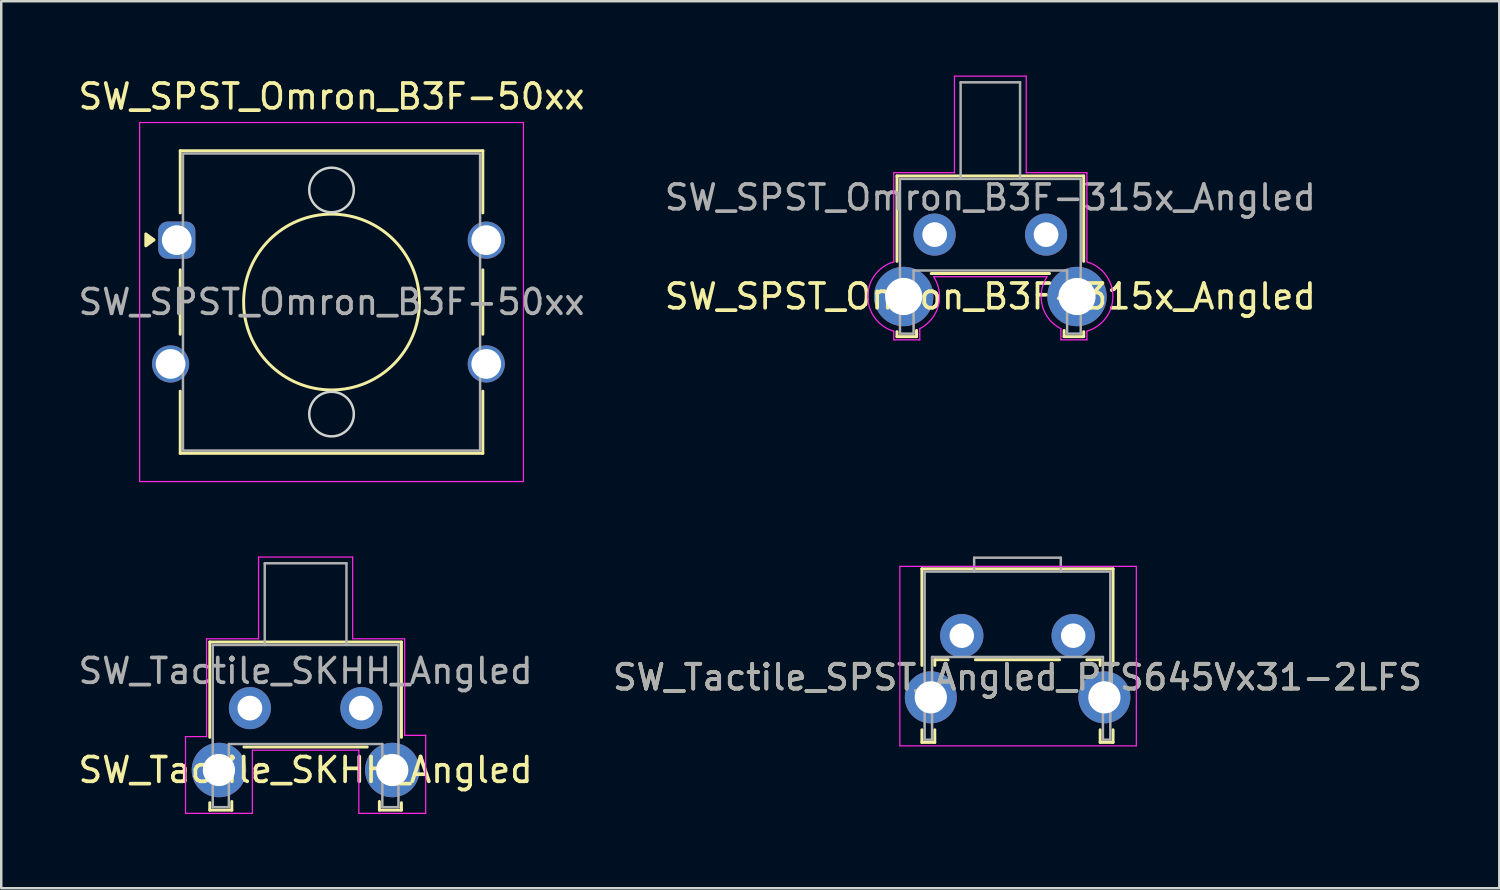
<source format=kicad_pcb>
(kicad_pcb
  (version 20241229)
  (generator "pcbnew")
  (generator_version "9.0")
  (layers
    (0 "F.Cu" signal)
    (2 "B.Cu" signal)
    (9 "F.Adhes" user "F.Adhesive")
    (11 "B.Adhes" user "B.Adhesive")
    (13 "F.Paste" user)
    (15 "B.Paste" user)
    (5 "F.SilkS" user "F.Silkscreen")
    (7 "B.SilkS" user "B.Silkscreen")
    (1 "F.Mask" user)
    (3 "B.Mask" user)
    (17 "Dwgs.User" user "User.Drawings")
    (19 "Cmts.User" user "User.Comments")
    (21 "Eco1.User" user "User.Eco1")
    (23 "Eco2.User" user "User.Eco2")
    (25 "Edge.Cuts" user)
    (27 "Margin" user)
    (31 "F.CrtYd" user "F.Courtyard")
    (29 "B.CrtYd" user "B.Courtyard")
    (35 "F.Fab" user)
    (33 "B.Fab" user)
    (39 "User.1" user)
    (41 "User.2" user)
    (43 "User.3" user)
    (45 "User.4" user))
  (footprint "SW_Tactile_SKHH_Angled"
    (layer "F.Cu")
    (at 7.042 25.548)
    (property "Reference" "SW_Tactile_SKHH_Angled" (at 2.25 2.5 0) (layer "F.SilkS") (effects (font (size 1 1) (thickness 0.15))))
    (attr through_hole)
    (fp_line (start -1.62 -2.67) (end -1.62 1.18) (stroke (width 0.12) (type solid)) (layer "F.SilkS"))
    (fp_line (start -1.62 3.82) (end -1.62 4.12) (stroke (width 0.12) (type solid)) (layer "F.SilkS"))
    (fp_line (start -0.73 4.12) (end -1.62 4.12) (stroke (width 0.12) (type solid)) (layer "F.SilkS"))
    (fp_line (start -0.73 4.12) (end -0.73 3.77) (stroke (width 0.12) (type solid)) (layer "F.SilkS"))
    (fp_line (start -0.24 1.57) (end 4.74 1.57) (stroke (width 0.12) (type solid)) (layer "F.SilkS"))
    (fp_line (start 5.23 4.12) (end 5.23 3.77) (stroke (width 0.12) (type solid)) (layer "F.SilkS"))
    (fp_line (start 6.12 -2.67) (end -1.62 -2.67) (stroke (width 0.12) (type solid)) (layer "F.SilkS"))
    (fp_line (start 6.12 1.18) (end 6.12 -2.67) (stroke (width 0.12) (type solid)) (layer "F.SilkS"))
    (fp_line (start 6.12 3.82) (end 6.12 4.12) (stroke (width 0.12) (type solid)) (layer "F.SilkS"))
    (fp_line (start 6.12 4.12) (end 5.23 4.12) (stroke (width 0.12) (type solid)) (layer "F.SilkS"))
    (fp_line (start -2.6 1.15) (end -1.75 1.15) (stroke (width 0.05) (type solid)) (layer "F.CrtYd"))
    (fp_line (start -2.6 4.25) (end -2.6 1.15) (stroke (width 0.05) (type solid)) (layer "F.CrtYd"))
    (fp_line (start -1.75 1.15) (end -1.75 -2.8) (stroke (width 0.05) (type solid)) (layer "F.CrtYd"))
    (fp_line (start 0.1 1.7) (end 4.4 1.7) (stroke (width 0.05) (type solid)) (layer "F.CrtYd"))
    (fp_line (start 0.1 4.25) (end -2.6 4.25) (stroke (width 0.05) (type solid)) (layer "F.CrtYd"))
    (fp_line (start 0.1 4.25) (end 0.1 1.7) (stroke (width 0.05) (type solid)) (layer "F.CrtYd"))
    (fp_line (start 0.35 -6.1) (end 0.35 -2.8) (stroke (width 0.05) (type solid)) (layer "F.CrtYd"))
    (fp_line (start 0.35 -2.8) (end -1.75 -2.8) (stroke (width 0.05) (type solid)) (layer "F.CrtYd"))
    (fp_line (start 4.15 -6.1) (end 0.35 -6.1) (stroke (width 0.05) (type solid)) (layer "F.CrtYd"))
    (fp_line (start 4.15 -2.8) (end 4.15 -6.1) (stroke (width 0.05) (type solid)) (layer "F.CrtYd"))
    (fp_line (start 4.4 1.7) (end 4.4 4.25) (stroke (width 0.05) (type solid)) (layer "F.CrtYd"))
    (fp_line (start 4.4 4.25) (end 7.1 4.25) (stroke (width 0.05) (type solid)) (layer "F.CrtYd"))
    (fp_line (start 6.25 -2.8) (end 4.15 -2.8) (stroke (width 0.05) (type solid)) (layer "F.CrtYd"))
    (fp_line (start 6.25 1.1) (end 6.25 -2.8) (stroke (width 0.05) (type solid)) (layer "F.CrtYd"))
    (fp_line (start 7.1 1.1) (end 6.25 1.1) (stroke (width 0.05) (type solid)) (layer "F.CrtYd"))
    (fp_line (start 7.1 4.25) (end 7.1 1.1) (stroke (width 0.05) (type solid)) (layer "F.CrtYd"))
    (fp_line (start -1.5 4) (end -1.5 -2.55) (stroke (width 0.1) (type solid)) (layer "F.Fab"))
    (fp_line (start -0.85 1.45) (end -0.85 4) (stroke (width 0.1) (type solid)) (layer "F.Fab"))
    (fp_line (start -0.85 4) (end -1.5 4) (stroke (width 0.1) (type solid)) (layer "F.Fab"))
    (fp_line (start 0.6 -5.85) (end 3.9 -5.85) (stroke (width 0.1) (type solid)) (layer "F.Fab"))
    (fp_line (start 0.6 -2.55) (end 0.6 -5.85) (stroke (width 0.1) (type solid)) (layer "F.Fab"))
    (fp_line (start 3.9 -2.55) (end 3.9 -5.85) (stroke (width 0.1) (type solid)) (layer "F.Fab"))
    (fp_line (start 5.35 1.45) (end -0.85 1.45) (stroke (width 0.1) (type solid)) (layer "F.Fab"))
    (fp_line (start 5.35 1.45) (end 5.35 4) (stroke (width 0.1) (type solid)) (layer "F.Fab"))
    (fp_line (start 6 -2.55) (end -1.5 -2.55) (stroke (width 0.1) (type solid)) (layer "F.Fab"))
    (fp_line (start 6 -2.55) (end 6 4) (stroke (width 0.1) (type solid)) (layer "F.Fab"))
    (fp_line (start 6 4) (end 5.35 4) (stroke (width 0.1) (type solid)) (layer "F.Fab"))
    (fp_text user "${REFERENCE}" (at 2.25 -1.5 0) (layer "F.Fab") (effects (font (size 1 1) (thickness 0.15))))
    (pad "" thru_hole circle (at -1.25 2.5 180) (size 2.2 2.2) (drill 1.3) (layers "*.Cu" "*.Mask"))
    (pad "" thru_hole circle (at 5.75 2.5 180) (size 2.2 2.2) (drill 1.3) (layers "*.Cu" "*.Mask"))
    (pad "1" thru_hole circle (at 0 0 180) (size 1.7 1.7) (drill 1) (layers "*.Cu" "*.Mask"))
    (pad "2" thru_hole circle (at 4.5 0 180) (size 1.7 1.7) (drill 1) (layers "*.Cu" "*.Mask")))
  (footprint "SW_Tactile_SPST_Angled_PTS645Vx31-2LFS"
    (layer "F.Cu")
    (at 35.792 22.623)
    (property "Reference" "SW_Tactile_SPST_Angled_PTS645Vx31-2LFS" (at 2.25 1.68 0) (layer "F.SilkS") (effects (font (size 1 1) (thickness 0.15))))
    (attr through_hole)
    (fp_line (start -1.61 -2.7) (end -1.61 1.2) (stroke (width 0.12) (type solid)) (layer "F.SilkS"))
    (fp_line (start -1.61 -2.7) (end 6.11 -2.7) (stroke (width 0.12) (type solid)) (layer "F.SilkS"))
    (fp_line (start -1.61 3.8) (end -1.61 4.31) (stroke (width 0.12) (type solid)) (layer "F.SilkS"))
    (fp_line (start -1.61 4.31) (end -1.09 4.31) (stroke (width 0.12) (type solid)) (layer "F.SilkS"))
    (fp_line (start -1.09 0.97) (end -1.09 1.2) (stroke (width 0.12) (type solid)) (layer "F.SilkS"))
    (fp_line (start -1.09 0.97) (end -0.55 0.97) (stroke (width 0.12) (type solid)) (layer "F.SilkS"))
    (fp_line (start -1.09 3.8) (end -1.09 4.31) (stroke (width 0.12) (type solid)) (layer "F.SilkS"))
    (fp_line (start 0.55 0.97) (end 3.95 0.97) (stroke (width 0.12) (type solid)) (layer "F.SilkS"))
    (fp_line (start 5.05 0.97) (end 5.59 0.97) (stroke (width 0.12) (type solid)) (layer "F.SilkS"))
    (fp_line (start 5.59 0.97) (end 5.59 1.2) (stroke (width 0.12) (type solid)) (layer "F.SilkS"))
    (fp_line (start 5.59 3.8) (end 5.59 4.31) (stroke (width 0.12) (type solid)) (layer "F.SilkS"))
    (fp_line (start 5.59 4.31) (end 6.11 4.31) (stroke (width 0.12) (type solid)) (layer "F.SilkS"))
    (fp_line (start 6.11 -2.7) (end 6.11 1.2) (stroke (width 0.12) (type solid)) (layer "F.SilkS"))
    (fp_line (start 6.11 3.8) (end 6.11 4.31) (stroke (width 0.12) (type solid)) (layer "F.SilkS"))
    (fp_line (start -2.5 -2.8) (end 7.05 -2.8) (stroke (width 0.05) (type solid)) (layer "F.CrtYd"))
    (fp_line (start -2.5 4.45) (end -2.5 -2.8) (stroke (width 0.05) (type solid)) (layer "F.CrtYd"))
    (fp_line (start 7.05 -2.8) (end 7.05 4.45) (stroke (width 0.05) (type solid)) (layer "F.CrtYd"))
    (fp_line (start 7.05 4.45) (end -2.5 4.45) (stroke (width 0.05) (type solid)) (layer "F.CrtYd"))
    (fp_line (start -1.5 -2.59) (end 6 -2.59) (stroke (width 0.1) (type solid)) (layer "F.Fab"))
    (fp_line (start -1.5 4.2) (end -1.5 -2.59) (stroke (width 0.1) (type solid)) (layer "F.Fab"))
    (fp_line (start -1.5 4.2) (end -1.2 4.2) (stroke (width 0.1) (type solid)) (layer "F.Fab"))
    (fp_line (start -1.2 0.86) (end 5.7 0.86) (stroke (width 0.1) (type solid)) (layer "F.Fab"))
    (fp_line (start -1.2 4.2) (end -1.2 0.86) (stroke (width 0.1) (type solid)) (layer "F.Fab"))
    (fp_line (start 0.5 -3.15) (end 0.5 -2.59) (stroke (width 0.1) (type solid)) (layer "F.Fab"))
    (fp_line (start 0.5 -3.15) (end 4 -3.15) (stroke (width 0.1) (type solid)) (layer "F.Fab"))
    (fp_line (start 4 -3.15) (end 4 -2.59) (stroke (width 0.1) (type solid)) (layer "F.Fab"))
    (fp_line (start 5.7 4.2) (end 5.7 0.86) (stroke (width 0.1) (type solid)) (layer "F.Fab"))
    (fp_line (start 5.7 4.2) (end 6 4.2) (stroke (width 0.1) (type solid)) (layer "F.Fab"))
    (fp_line (start 6 4.2) (end 6 -2.59) (stroke (width 0.1) (type solid)) (layer "F.Fab"))
    (fp_text user "${REFERENCE}" (at 2.25 1.68 0) (layer "F.Fab") (effects (font (size 1 1) (thickness 0.15))))
    (pad "" thru_hole circle (at -1.25 2.49) (size 2.1 2.1) (drill 1.3) (layers "*.Cu" "*.Mask"))
    (pad "" thru_hole circle (at 5.76 2.49) (size 2.1 2.1) (drill 1.3) (layers "*.Cu" "*.Mask"))
    (pad "1" thru_hole circle (at 0 0) (size 1.75 1.75) (drill 0.99) (layers "*.Cu" "*.Mask"))
    (pad "2" thru_hole circle (at 4.5 0) (size 1.75 1.75) (drill 0.99) (layers "*.Cu" "*.Mask")))
  (footprint "SW_SPST_Omron_B3F-315x_Angled"
    (layer "F.Cu")
    (at 34.696 6.425)
    (property "Reference" "SW_SPST_Omron_B3F-315x_Angled" (at 2.25 2.5 0) (layer "F.SilkS") (effects (font (size 1 1) (thickness 0.15))))
    (attr through_hole)
    (fp_line (start -1.52 -2.37) (end -1.52 1.08) (stroke (width 0.12) (type solid)) (layer "F.SilkS"))
    (fp_line (start -1.52 3.92) (end -1.52 4.12) (stroke (width 0.12) (type solid)) (layer "F.SilkS"))
    (fp_line (start -0.73 4.12) (end -1.52 4.12) (stroke (width 0.12) (type solid)) (layer "F.SilkS"))
    (fp_line (start -0.73 4.12) (end -0.73 3.87) (stroke (width 0.12) (type solid)) (layer "F.SilkS"))
    (fp_line (start -0.14 1.57) (end 4.64 1.57) (stroke (width 0.12) (type solid)) (layer "F.SilkS"))
    (fp_line (start 5.23 4.12) (end 5.23 3.87) (stroke (width 0.12) (type solid)) (layer "F.SilkS"))
    (fp_line (start 6.02 -2.37) (end -1.52 -2.37) (stroke (width 0.12) (type solid)) (layer "F.SilkS"))
    (fp_line (start 6.02 1.08) (end 6.02 -2.37) (stroke (width 0.12) (type solid)) (layer "F.SilkS"))
    (fp_line (start 6.02 3.92) (end 6.02 4.12) (stroke (width 0.12) (type solid)) (layer "F.SilkS"))
    (fp_line (start 6.02 4.12) (end 5.23 4.12) (stroke (width 0.12) (type solid)) (layer "F.SilkS"))
    (fp_line (start -1.65 1.1) (end -1.65 -2.5) (stroke (width 0.05) (type solid)) (layer "F.CrtYd"))
    (fp_line (start -1.65 4.25) (end -1.65 3.9) (stroke (width 0.05) (type solid)) (layer "F.CrtYd"))
    (fp_line (start -0.6 4.25) (end -1.65 4.25) (stroke (width 0.05) (type solid)) (layer "F.CrtYd"))
    (fp_line (start -0.6 4.25) (end -0.6 3.8) (stroke (width 0.05) (type solid)) (layer "F.CrtYd"))
    (fp_line (start -0.04 1.7) (end 4.54 1.7) (stroke (width 0.05) (type solid)) (layer "F.CrtYd"))
    (fp_line (start 0.8 -6.4) (end 0.8 -2.5) (stroke (width 0.05) (type solid)) (layer "F.CrtYd"))
    (fp_line (start 0.8 -2.5) (end -1.65 -2.5) (stroke (width 0.05) (type solid)) (layer "F.CrtYd"))
    (fp_line (start 3.7 -6.4) (end 0.8 -6.4) (stroke (width 0.05) (type solid)) (layer "F.CrtYd"))
    (fp_line (start 3.7 -2.5) (end 3.7 -6.4) (stroke (width 0.05) (type solid)) (layer "F.CrtYd"))
    (fp_line (start 5.1 4.25) (end 5.1 3.8) (stroke (width 0.05) (type solid)) (layer "F.CrtYd"))
    (fp_line (start 5.1 4.25) (end 6.15 4.25) (stroke (width 0.05) (type solid)) (layer "F.CrtYd"))
    (fp_line (start 6.15 -2.5) (end 3.7 -2.5) (stroke (width 0.05) (type solid)) (layer "F.CrtYd"))
    (fp_line (start 6.15 1.1) (end 6.15 -2.5) (stroke (width 0.05) (type solid)) (layer "F.CrtYd"))
    (fp_line (start 6.15 4.25) (end 6.15 3.9) (stroke (width 0.05) (type solid)) (layer "F.CrtYd"))
    (fp_arc (start -1.65 3.9) (mid -2.7 2.5) (end -1.65 1.1) (stroke (width 0.05) (type solid)) (layer "F.CrtYd"))
    (fp_arc (start -0.04 1.7) (mid 0.15 2.87) (end -0.6 3.8) (stroke (width 0.05) (type solid)) (layer "F.CrtYd"))
    (fp_arc (start 5.1 3.8) (mid 4.35 2.88) (end 4.54 1.7) (stroke (width 0.05) (type solid)) (layer "F.CrtYd"))
    (fp_arc (start 6.15 1.1) (mid 7.2 2.5) (end 6.15 3.9) (stroke (width 0.05) (type solid)) (layer "F.CrtYd"))
    (fp_line (start -1.4 4) (end -1.4 -2.25) (stroke (width 0.1) (type solid)) (layer "F.Fab"))
    (fp_line (start -0.85 1.45) (end -0.85 4) (stroke (width 0.1) (type solid)) (layer "F.Fab"))
    (fp_line (start -0.85 4) (end -1.4 4) (stroke (width 0.1) (type solid)) (layer "F.Fab"))
    (fp_line (start 1.05 -6.15) (end 3.45 -6.15) (stroke (width 0.1) (type solid)) (layer "F.Fab"))
    (fp_line (start 1.05 -2.25) (end 1.05 -6.15) (stroke (width 0.1) (type solid)) (layer "F.Fab"))
    (fp_line (start 3.45 -2.25) (end 3.45 -6.15) (stroke (width 0.1) (type solid)) (layer "F.Fab"))
    (fp_line (start 5.35 1.45) (end -0.85 1.45) (stroke (width 0.1) (type solid)) (layer "F.Fab"))
    (fp_line (start 5.35 1.45) (end 5.35 4) (stroke (width 0.1) (type solid)) (layer "F.Fab"))
    (fp_line (start 5.9 -2.25) (end -1.4 -2.25) (stroke (width 0.1) (type solid)) (layer "F.Fab"))
    (fp_line (start 5.9 -2.25) (end 5.9 4) (stroke (width 0.1) (type solid)) (layer "F.Fab"))
    (fp_line (start 5.9 4) (end 5.35 4) (stroke (width 0.1) (type solid)) (layer "F.Fab"))
    (fp_text user "${REFERENCE}" (at 2.25 -1.5 0) (layer "F.Fab") (effects (font (size 1 1) (thickness 0.15))))
    (pad "" thru_hole circle (at -1.25 2.5 180) (size 2.4 2.4) (drill 1.5) (layers "*.Cu" "*.Mask"))
    (pad "" thru_hole circle (at 5.75 2.5 180) (size 2.4 2.4) (drill 1.5) (layers "*.Cu" "*.Mask"))
    (pad "1" thru_hole circle (at 0 0 180) (size 1.7 1.7) (drill 1) (layers "*.Cu" "*.Mask"))
    (pad "2" thru_hole circle (at 4.5 0 180) (size 1.7 1.7) (drill 1) (layers "*.Cu" "*.Mask")))
  (footprint "SW_SPST_Omron_B3F-50xx"
    (layer "F.Cu")
    (at 4.089 6.648)
    (property "Reference" "SW_SPST_Omron_B3F-50xx" (at 6.25 -5.8 0) (layer "F.SilkS") (effects (font (size 1 1) (thickness 0.15))))
    (attr through_hole)
    (fp_line (start 0.14 -3.61) (end 0.14 -1.1) (stroke (width 0.12) (type default)) (layer "F.SilkS"))
    (fp_line (start 0.14 -3.61) (end 12.36 -3.61) (stroke (width 0.12) (type default)) (layer "F.SilkS"))
    (fp_line (start 0.14 1.2) (end 0.14 3.8) (stroke (width 0.12) (type default)) (layer "F.SilkS"))
    (fp_line (start 0.14 6.1) (end 0.14 8.61) (stroke (width 0.12) (type default)) (layer "F.SilkS"))
    (fp_line (start 12.36 -3.61) (end 12.36 -1.1) (stroke (width 0.12) (type default)) (layer "F.SilkS"))
    (fp_line (start 12.36 1.2) (end 12.36 3.8) (stroke (width 0.12) (type default)) (layer "F.SilkS"))
    (fp_line (start 12.36 6.1) (end 12.36 8.61) (stroke (width 0.12) (type default)) (layer "F.SilkS"))
    (fp_line (start 12.36 8.61) (end 0.14 8.61) (stroke (width 0.12) (type default)) (layer "F.SilkS"))
    (fp_circle (center 6.25 2.5) (end 9.8 2.5) (stroke (width 0.12) (type default)) (fill no) (layer "F.SilkS"))
    (fp_poly (pts (xy -0.92 -0.01) (xy -1.25 0.23) (xy -1.25 -0.25) (xy -0.92 -0.01)) (stroke (width 0.12) (type solid)) (fill yes) (layer "F.SilkS"))
    (fp_circle (center 6.25 -2.025) (end 7.15 -2.025) (stroke (width 0.1) (type default)) (fill no) (layer "Edge.Cuts"))
    (fp_circle (center 6.25 7.025) (end 7.15 7.025) (stroke (width 0.1) (type default)) (fill no) (layer "Edge.Cuts"))
    (fp_rect (start -1.5 -4.75) (end 14 9.75) (stroke (width 0.05) (type default)) (fill no) (layer "F.CrtYd"))
    (fp_rect (start 0.25 -3.5) (end 12.25 8.5) (stroke (width 0.1) (type default)) (fill no) (layer "F.Fab"))
    (fp_text user "${REFERENCE}" (at 6.25 2.5 0) (layer "F.Fab") (effects (font (size 1 1) (thickness 0.15))))
    (pad "1" thru_hole roundrect (at 0 0) (size 1.5 1.5) (drill 1.2) (layers "*.Cu" "*.Mask") (roundrect_rratio 0.25))
    (pad "1" thru_hole circle (at 12.5 0) (size 1.5 1.5) (drill 1.2) (layers "*.Cu" "*.Mask"))
    (pad "2" thru_hole circle (at -0.25 5) (size 1.5 1.5) (drill 1.2) (layers "*.Cu" "*.Mask"))
    (pad "2" thru_hole circle (at 12.5 5) (size 1.5 1.5) (drill 1.2) (layers "*.Cu" "*.Mask")))
  (gr_rect
    (start -3 -3)
    (end 57.5 32.823)
    (stroke (width 0.1) (type default))
    (fill no)
    (layer "Edge.Cuts")))
</source>
